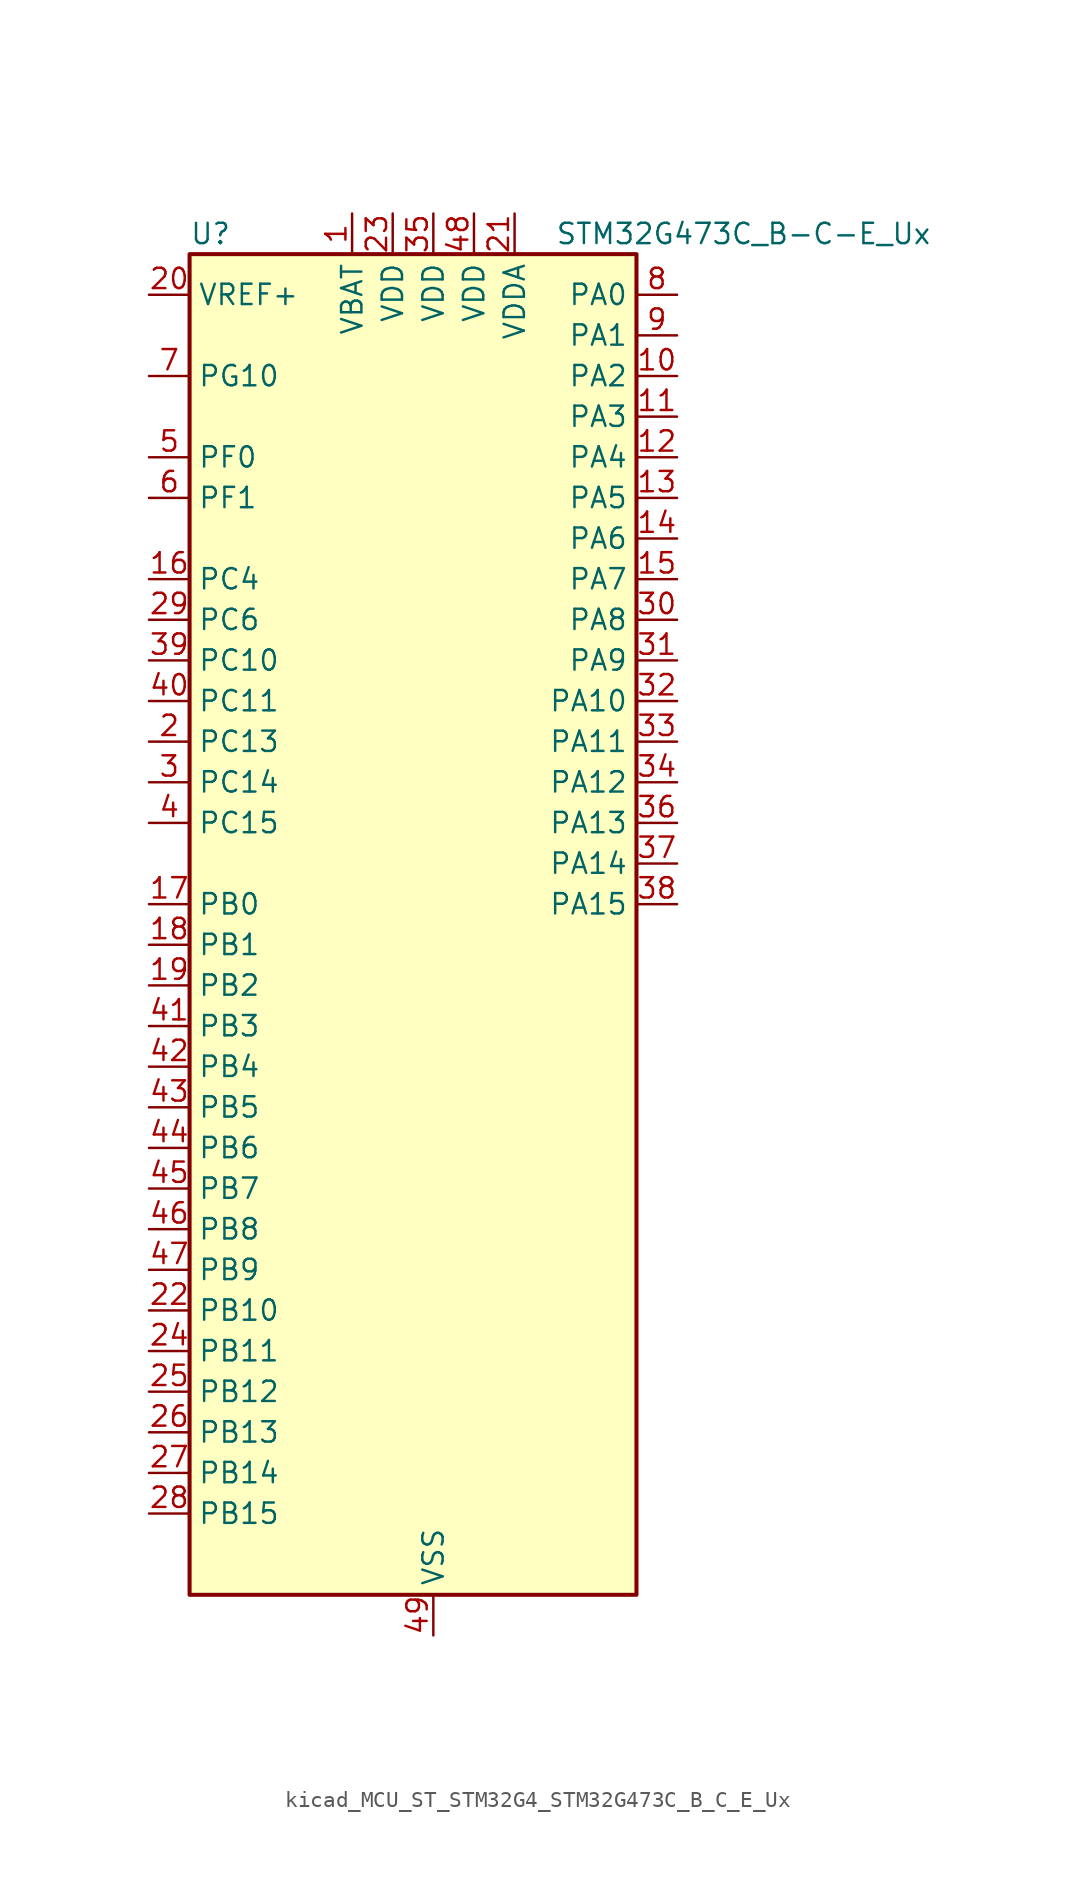
<source format=kicad_sym>
(kicad_symbol_lib
  (version 20220914)
  (generator kicad_symbol_editor)
  (symbol "kicad_MCU_ST_STM32G4_STM32G473C_B_C_E_Ux"
    (property "Reference" "U"
      (at -12.7 44.45 0)
      (effects (font (size 1.27 1.27)) (justify left)))
    (property "Value" "STM32G473C_B-C-E_Ux"
      (at 10.16 44.45 0)
      (effects (font (size 1.27 1.27)) (justify left)))
    (property "ki_locked" ""
      (at 0 0 0)
      (effects (font (size 1.27 1.27))))
    (symbol "kicad_MCU_ST_STM32G4_STM32G473C_B_C_E_Ux_0_1"
      (rectangle (start -12.7 -40.64) (end 15.24 43.18) (stroke (width 0.254) (type default)) (fill (type background))))
    (symbol "kicad_MCU_ST_STM32G4_STM32G473C_B_C_E_Ux_1_1"
      (pin power_in line (at -2.54 45.72 270) (length 2.54) (name "VBAT" (effects (font (size 1.27 1.27)))) (number "1" (effects (font (size 1.27 1.27)))))
      (pin bidirectional line (at 17.78 35.56 180) (length 2.54) (name "PA2" (effects (font (size 1.27 1.27)))) (number "10" (effects (font (size 1.27 1.27)))) (alternate "ADC1_IN3" bidirectional line) (alternate "ADC3_EXTI2" bidirectional line) (alternate "ADC4_EXTI2" bidirectional line) (alternate "ADC5_EXTI2" bidirectional line) (alternate "COMP2_INM" bidirectional line) (alternate "COMP2_OUT" bidirectional line) (alternate "LPUART1_TX" bidirectional line) (alternate "OPAMP1_VOUT" bidirectional line) (alternate "QUADSPI1_BK1_NCS" bidirectional line) (alternate "RCC_LSCO" bidirectional line) (alternate "SYS_WKUP4" bidirectional line) (alternate "TIM15_CH1" bidirectional line) (alternate "TIM2_CH3" bidirectional line) (alternate "TIM5_CH3" bidirectional line) (alternate "UCPD1_FRSTX1" bidirectional line) (alternate "UCPD1_FRSTX2" bidirectional line) (alternate "USART2_TX" bidirectional line))
      (pin bidirectional line (at 17.78 33.02 180) (length 2.54) (name "PA3" (effects (font (size 1.27 1.27)))) (number "11" (effects (font (size 1.27 1.27)))) (alternate "ADC1_IN4" bidirectional line) (alternate "ADC3_EXTI3" bidirectional line) (alternate "ADC4_EXTI3" bidirectional line) (alternate "ADC5_EXTI3" bidirectional line) (alternate "COMP2_INP" bidirectional line) (alternate "LPUART1_RX" bidirectional line) (alternate "OPAMP1_VINM" bidirectional line) (alternate "OPAMP1_VINM0" bidirectional line) (alternate "OPAMP1_VINM_SEC" bidirectional line) (alternate "OPAMP1_VINP" bidirectional line) (alternate "OPAMP1_VINP_SEC" bidirectional line) (alternate "OPAMP5_VINM" bidirectional line) (alternate "OPAMP5_VINM1" bidirectional line) (alternate "OPAMP5_VINM_SEC" bidirectional line) (alternate "QUADSPI1_CLK" bidirectional line) (alternate "SAI1_CK1" bidirectional line) (alternate "SAI1_MCLK_A" bidirectional line) (alternate "TIM15_CH2" bidirectional line) (alternate "TIM2_CH4" bidirectional line) (alternate "TIM5_CH4" bidirectional line) (alternate "USART2_RX" bidirectional line))
      (pin bidirectional line (at 17.78 30.48 180) (length 2.54) (name "PA4" (effects (font (size 1.27 1.27)))) (number "12" (effects (font (size 1.27 1.27)))) (alternate "ADC2_IN17" bidirectional line) (alternate "COMP1_INM" bidirectional line) (alternate "DAC1_OUT1" bidirectional line) (alternate "I2S3_WS" bidirectional line) (alternate "SAI1_FS_B" bidirectional line) (alternate "SPI1_NSS" bidirectional line) (alternate "SPI3_NSS" bidirectional line) (alternate "TIM3_CH2" bidirectional line) (alternate "USART2_CK" bidirectional line))
      (pin bidirectional line (at 17.78 27.94 180) (length 2.54) (name "PA5" (effects (font (size 1.27 1.27)))) (number "13" (effects (font (size 1.27 1.27)))) (alternate "ADC2_IN13" bidirectional line) (alternate "COMP2_INM" bidirectional line) (alternate "DAC1_OUT2" bidirectional line) (alternate "OPAMP2_VINM" bidirectional line) (alternate "OPAMP2_VINM0" bidirectional line) (alternate "OPAMP2_VINM_SEC" bidirectional line) (alternate "SPI1_SCK" bidirectional line) (alternate "TIM2_CH1" bidirectional line) (alternate "TIM2_ETR" bidirectional line) (alternate "UCPD1_FRSTX1" bidirectional line) (alternate "UCPD1_FRSTX2" bidirectional line))
      (pin bidirectional line (at 17.78 25.4 180) (length 2.54) (name "PA6" (effects (font (size 1.27 1.27)))) (number "14" (effects (font (size 1.27 1.27)))) (alternate "ADC2_IN3" bidirectional line) (alternate "COMP1_OUT" bidirectional line) (alternate "DAC2_OUT1" bidirectional line) (alternate "LPUART1_CTS" bidirectional line) (alternate "OPAMP2_VOUT" bidirectional line) (alternate "QUADSPI1_BK1_IO3" bidirectional line) (alternate "SPI1_MISO" bidirectional line) (alternate "TIM16_CH1" bidirectional line) (alternate "TIM1_BKIN" bidirectional line) (alternate "TIM3_CH1" bidirectional line) (alternate "TIM8_BKIN" bidirectional line))
      (pin bidirectional line (at 17.78 22.86 180) (length 2.54) (name "PA7" (effects (font (size 1.27 1.27)))) (number "15" (effects (font (size 1.27 1.27)))) (alternate "ADC2_IN4" bidirectional line) (alternate "COMP2_INP" bidirectional line) (alternate "COMP2_OUT" bidirectional line) (alternate "OPAMP1_VINP" bidirectional line) (alternate "OPAMP1_VINP_SEC" bidirectional line) (alternate "OPAMP2_VINP" bidirectional line) (alternate "OPAMP2_VINP_SEC" bidirectional line) (alternate "QUADSPI1_BK1_IO2" bidirectional line) (alternate "SPI1_MOSI" bidirectional line) (alternate "TIM17_CH1" bidirectional line) (alternate "TIM1_CH1N" bidirectional line) (alternate "TIM3_CH2" bidirectional line) (alternate "TIM8_CH1N" bidirectional line) (alternate "UCPD1_FRSTX1" bidirectional line) (alternate "UCPD1_FRSTX2" bidirectional line))
      (pin bidirectional line (at -15.24 22.86 0) (length 2.54) (name "PC4" (effects (font (size 1.27 1.27)))) (number "16" (effects (font (size 1.27 1.27)))) (alternate "ADC2_IN5" bidirectional line) (alternate "I2C2_SCL" bidirectional line) (alternate "QUADSPI1_BK2_IO3" bidirectional line) (alternate "TIM1_ETR" bidirectional line) (alternate "USART1_TX" bidirectional line))
      (pin bidirectional line (at -15.24 2.54 0) (length 2.54) (name "PB0" (effects (font (size 1.27 1.27)))) (number "17" (effects (font (size 1.27 1.27)))) (alternate "ADC1_IN15" bidirectional line) (alternate "ADC3_IN12" bidirectional line) (alternate "COMP4_INP" bidirectional line) (alternate "OPAMP2_VINP" bidirectional line) (alternate "OPAMP2_VINP_SEC" bidirectional line) (alternate "OPAMP3_VINP" bidirectional line) (alternate "OPAMP3_VINP_SEC" bidirectional line) (alternate "QUADSPI1_BK1_IO1" bidirectional line) (alternate "TIM1_CH2N" bidirectional line) (alternate "TIM3_CH3" bidirectional line) (alternate "TIM8_CH2N" bidirectional line) (alternate "UCPD1_FRSTX1" bidirectional line) (alternate "UCPD1_FRSTX2" bidirectional line))
      (pin bidirectional line (at -15.24 0 0) (length 2.54) (name "PB1" (effects (font (size 1.27 1.27)))) (number "18" (effects (font (size 1.27 1.27)))) (alternate "ADC1_IN12" bidirectional line) (alternate "ADC3_IN1" bidirectional line) (alternate "COMP1_INP" bidirectional line) (alternate "COMP4_OUT" bidirectional line) (alternate "LPUART1_DE" bidirectional line) (alternate "LPUART1_RTS" bidirectional line) (alternate "OPAMP3_VOUT" bidirectional line) (alternate "OPAMP6_VINM" bidirectional line) (alternate "OPAMP6_VINM1" bidirectional line) (alternate "OPAMP6_VINM_SEC" bidirectional line) (alternate "QUADSPI1_BK1_IO0" bidirectional line) (alternate "TIM1_CH3N" bidirectional line) (alternate "TIM3_CH4" bidirectional line) (alternate "TIM8_CH3N" bidirectional line))
      (pin bidirectional line (at -15.24 -2.54 0) (length 2.54) (name "PB2" (effects (font (size 1.27 1.27)))) (number "19" (effects (font (size 1.27 1.27)))) (alternate "ADC2_IN12" bidirectional line) (alternate "ADC3_EXTI2" bidirectional line) (alternate "ADC4_EXTI2" bidirectional line) (alternate "ADC5_EXTI2" bidirectional line) (alternate "COMP4_INM" bidirectional line) (alternate "I2C3_SMBA" bidirectional line) (alternate "LPTIM1_OUT" bidirectional line) (alternate "OPAMP3_VINM" bidirectional line) (alternate "OPAMP3_VINM0" bidirectional line) (alternate "OPAMP3_VINM_SEC" bidirectional line) (alternate "QUADSPI1_BK2_IO1" bidirectional line) (alternate "RTC_OUT2" bidirectional line) (alternate "TIM20_CH1" bidirectional line) (alternate "TIM5_CH1" bidirectional line))
      (pin bidirectional line (at -15.24 12.7 0) (length 2.54) (name "PC13" (effects (font (size 1.27 1.27)))) (number "2" (effects (font (size 1.27 1.27)))) (alternate "RTC_OUT1" bidirectional line) (alternate "RTC_TAMP1" bidirectional line) (alternate "RTC_TS" bidirectional line) (alternate "SYS_WKUP2" bidirectional line) (alternate "TIM1_BKIN" bidirectional line) (alternate "TIM1_CH1N" bidirectional line) (alternate "TIM8_CH4N" bidirectional line))
      (pin input line (at -15.24 40.64 0) (length 2.54) (name "VREF+" (effects (font (size 1.27 1.27)))) (number "20" (effects (font (size 1.27 1.27)))) (alternate "VREFBUF_OUT" bidirectional line))
      (pin power_in line (at 7.62 45.72 270) (length 2.54) (name "VDDA" (effects (font (size 1.27 1.27)))) (number "21" (effects (font (size 1.27 1.27)))))
      (pin bidirectional line (at -15.24 -22.86 0) (length 2.54) (name "PB10" (effects (font (size 1.27 1.27)))) (number "22" (effects (font (size 1.27 1.27)))) (alternate "COMP5_INM" bidirectional line) (alternate "DAC1_EXTI10" bidirectional line) (alternate "DAC2_EXTI10" bidirectional line) (alternate "DAC3_EXTI10" bidirectional line) (alternate "DAC4_EXTI10" bidirectional line) (alternate "LPUART1_RX" bidirectional line) (alternate "OPAMP3_VINM" bidirectional line) (alternate "OPAMP3_VINM1" bidirectional line) (alternate "OPAMP3_VINM_SEC" bidirectional line) (alternate "OPAMP4_VINM" bidirectional line) (alternate "OPAMP4_VINM0" bidirectional line) (alternate "OPAMP4_VINM_SEC" bidirectional line) (alternate "QUADSPI1_CLK" bidirectional line) (alternate "SAI1_SCK_A" bidirectional line) (alternate "TIM1_BKIN" bidirectional line) (alternate "TIM2_CH3" bidirectional line) (alternate "USART3_TX" bidirectional line))
      (pin power_in line (at 0 45.72 270) (length 2.54) (name "VDD" (effects (font (size 1.27 1.27)))) (number "23" (effects (font (size 1.27 1.27)))))
      (pin bidirectional line (at -15.24 -25.4 0) (length 2.54) (name "PB11" (effects (font (size 1.27 1.27)))) (number "24" (effects (font (size 1.27 1.27)))) (alternate "ADC1_EXTI11" bidirectional line) (alternate "ADC1_IN14" bidirectional line) (alternate "ADC2_EXTI11" bidirectional line) (alternate "ADC2_IN14" bidirectional line) (alternate "COMP6_INP" bidirectional line) (alternate "LPUART1_TX" bidirectional line) (alternate "OPAMP4_VINP" bidirectional line) (alternate "OPAMP4_VINP_SEC" bidirectional line) (alternate "OPAMP6_VOUT" bidirectional line) (alternate "QUADSPI1_BK1_NCS" bidirectional line) (alternate "TIM2_CH4" bidirectional line) (alternate "USART3_RX" bidirectional line))
      (pin bidirectional line (at -15.24 -27.94 0) (length 2.54) (name "PB12" (effects (font (size 1.27 1.27)))) (number "25" (effects (font (size 1.27 1.27)))) (alternate "ADC1_IN11" bidirectional line) (alternate "ADC4_IN3" bidirectional line) (alternate "COMP7_INM" bidirectional line) (alternate "FDCAN2_RX" bidirectional line) (alternate "I2C2_SMBA" bidirectional line) (alternate "I2S2_WS" bidirectional line) (alternate "LPUART1_DE" bidirectional line) (alternate "LPUART1_RTS" bidirectional line) (alternate "OPAMP4_VOUT" bidirectional line) (alternate "OPAMP6_VINP" bidirectional line) (alternate "OPAMP6_VINP_SEC" bidirectional line) (alternate "SPI2_NSS" bidirectional line) (alternate "TIM1_BKIN" bidirectional line) (alternate "TIM5_ETR" bidirectional line) (alternate "USART3_CK" bidirectional line))
      (pin bidirectional line (at -15.24 -30.48 0) (length 2.54) (name "PB13" (effects (font (size 1.27 1.27)))) (number "26" (effects (font (size 1.27 1.27)))) (alternate "ADC3_IN5" bidirectional line) (alternate "COMP5_INP" bidirectional line) (alternate "FDCAN2_TX" bidirectional line) (alternate "I2S2_CK" bidirectional line) (alternate "LPUART1_CTS" bidirectional line) (alternate "OPAMP3_VINP" bidirectional line) (alternate "OPAMP3_VINP_SEC" bidirectional line) (alternate "OPAMP4_VINP" bidirectional line) (alternate "OPAMP4_VINP_SEC" bidirectional line) (alternate "OPAMP6_VINP" bidirectional line) (alternate "OPAMP6_VINP_SEC" bidirectional line) (alternate "SPI2_SCK" bidirectional line) (alternate "TIM1_CH1N" bidirectional line) (alternate "USART3_CTS" bidirectional line) (alternate "USART3_NSS" bidirectional line))
      (pin bidirectional line (at -15.24 -33.02 0) (length 2.54) (name "PB14" (effects (font (size 1.27 1.27)))) (number "27" (effects (font (size 1.27 1.27)))) (alternate "ADC1_IN5" bidirectional line) (alternate "ADC4_IN4" bidirectional line) (alternate "COMP4_OUT" bidirectional line) (alternate "COMP7_INP" bidirectional line) (alternate "OPAMP2_VINP" bidirectional line) (alternate "OPAMP2_VINP_SEC" bidirectional line) (alternate "OPAMP5_VINP" bidirectional line) (alternate "OPAMP5_VINP_SEC" bidirectional line) (alternate "SPI2_MISO" bidirectional line) (alternate "TIM15_CH1" bidirectional line) (alternate "TIM1_CH2N" bidirectional line) (alternate "USART3_DE" bidirectional line) (alternate "USART3_RTS" bidirectional line))
      (pin bidirectional line (at -15.24 -35.56 0) (length 2.54) (name "PB15" (effects (font (size 1.27 1.27)))) (number "28" (effects (font (size 1.27 1.27)))) (alternate "ADC1_EXTI15" bidirectional line) (alternate "ADC2_EXTI15" bidirectional line) (alternate "ADC2_IN15" bidirectional line) (alternate "ADC4_IN5" bidirectional line) (alternate "COMP3_OUT" bidirectional line) (alternate "COMP6_INM" bidirectional line) (alternate "I2S2_SD" bidirectional line) (alternate "OPAMP5_VINM" bidirectional line) (alternate "OPAMP5_VINM0" bidirectional line) (alternate "OPAMP5_VINM_SEC" bidirectional line) (alternate "RTC_REFIN" bidirectional line) (alternate "SPI2_MOSI" bidirectional line) (alternate "TIM15_CH1N" bidirectional line) (alternate "TIM15_CH2" bidirectional line) (alternate "TIM1_CH3N" bidirectional line))
      (pin bidirectional line (at -15.24 20.32 0) (length 2.54) (name "PC6" (effects (font (size 1.27 1.27)))) (number "29" (effects (font (size 1.27 1.27)))) (alternate "COMP6_OUT" bidirectional line) (alternate "I2C4_SCL" bidirectional line) (alternate "I2S2_MCK" bidirectional line) (alternate "TIM3_CH1" bidirectional line) (alternate "TIM8_CH1" bidirectional line))
      (pin bidirectional line (at -15.24 10.16 0) (length 2.54) (name "PC14" (effects (font (size 1.27 1.27)))) (number "3" (effects (font (size 1.27 1.27)))) (alternate "RCC_OSC32_IN" bidirectional line))
      (pin bidirectional line (at 17.78 20.32 180) (length 2.54) (name "PA8" (effects (font (size 1.27 1.27)))) (number "30" (effects (font (size 1.27 1.27)))) (alternate "ADC5_IN1" bidirectional line) (alternate "COMP7_OUT" bidirectional line) (alternate "FDCAN3_RX" bidirectional line) (alternate "I2C2_SDA" bidirectional line) (alternate "I2C3_SCL" bidirectional line) (alternate "I2S2_MCK" bidirectional line) (alternate "OPAMP5_VOUT" bidirectional line) (alternate "RCC_MCO" bidirectional line) (alternate "SAI1_CK2" bidirectional line) (alternate "SAI1_SCK_A" bidirectional line) (alternate "TIM1_CH1" bidirectional line) (alternate "TIM4_ETR" bidirectional line) (alternate "USART1_CK" bidirectional line))
      (pin bidirectional line (at 17.78 17.78 180) (length 2.54) (name "PA9" (effects (font (size 1.27 1.27)))) (number "31" (effects (font (size 1.27 1.27)))) (alternate "ADC5_IN2" bidirectional line) (alternate "COMP5_OUT" bidirectional line) (alternate "DAC1_EXTI9" bidirectional line) (alternate "DAC2_EXTI9" bidirectional line) (alternate "DAC3_EXTI9" bidirectional line) (alternate "DAC4_EXTI9" bidirectional line) (alternate "I2C2_SCL" bidirectional line) (alternate "I2C3_SMBA" bidirectional line) (alternate "I2S3_MCK" bidirectional line) (alternate "SAI1_FS_A" bidirectional line) (alternate "TIM15_BKIN" bidirectional line) (alternate "TIM1_CH2" bidirectional line) (alternate "TIM2_CH3" bidirectional line) (alternate "UCPD1_DBCC1" bidirectional line) (alternate "USART1_TX" bidirectional line))
      (pin bidirectional line (at 17.78 15.24 180) (length 2.54) (name "PA10" (effects (font (size 1.27 1.27)))) (number "32" (effects (font (size 1.27 1.27)))) (alternate "COMP6_OUT" bidirectional line) (alternate "CRS_SYNC" bidirectional line) (alternate "DAC1_EXTI10" bidirectional line) (alternate "DAC2_EXTI10" bidirectional line) (alternate "DAC3_EXTI10" bidirectional line) (alternate "DAC4_EXTI10" bidirectional line) (alternate "I2C2_SMBA" bidirectional line) (alternate "SAI1_D1" bidirectional line) (alternate "SAI1_SD_A" bidirectional line) (alternate "SPI2_MISO" bidirectional line) (alternate "TIM17_BKIN" bidirectional line) (alternate "TIM1_CH3" bidirectional line) (alternate "TIM2_CH4" bidirectional line) (alternate "TIM8_BKIN" bidirectional line) (alternate "UCPD1_DBCC2" bidirectional line) (alternate "USART1_RX" bidirectional line))
      (pin bidirectional line (at 17.78 12.7 180) (length 2.54) (name "PA11" (effects (font (size 1.27 1.27)))) (number "33" (effects (font (size 1.27 1.27)))) (alternate "ADC1_EXTI11" bidirectional line) (alternate "ADC2_EXTI11" bidirectional line) (alternate "COMP1_OUT" bidirectional line) (alternate "FDCAN1_RX" bidirectional line) (alternate "I2S2_SD" bidirectional line) (alternate "SPI2_MOSI" bidirectional line) (alternate "TIM1_BKIN2" bidirectional line) (alternate "TIM1_CH1N" bidirectional line) (alternate "TIM1_CH4" bidirectional line) (alternate "TIM4_CH1" bidirectional line) (alternate "USART1_CTS" bidirectional line) (alternate "USART1_NSS" bidirectional line) (alternate "USB_DM" bidirectional line))
      (pin bidirectional line (at 17.78 10.16 180) (length 2.54) (name "PA12" (effects (font (size 1.27 1.27)))) (number "34" (effects (font (size 1.27 1.27)))) (alternate "COMP2_OUT" bidirectional line) (alternate "FDCAN1_TX" bidirectional line) (alternate "I2S_CKIN" bidirectional line) (alternate "TIM16_CH1" bidirectional line) (alternate "TIM1_CH2N" bidirectional line) (alternate "TIM1_ETR" bidirectional line) (alternate "TIM4_CH2" bidirectional line) (alternate "USART1_DE" bidirectional line) (alternate "USART1_RTS" bidirectional line) (alternate "USB_DP" bidirectional line))
      (pin power_in line (at 2.54 45.72 270) (length 2.54) (name "VDD" (effects (font (size 1.27 1.27)))) (number "35" (effects (font (size 1.27 1.27)))))
      (pin bidirectional line (at 17.78 7.62 180) (length 2.54) (name "PA13" (effects (font (size 1.27 1.27)))) (number "36" (effects (font (size 1.27 1.27)))) (alternate "I2C1_SCL" bidirectional line) (alternate "I2C4_SCL" bidirectional line) (alternate "IR_OUT" bidirectional line) (alternate "SAI1_SD_B" bidirectional line) (alternate "SYS_JTMS-SWDIO" bidirectional line) (alternate "TIM16_CH1N" bidirectional line) (alternate "TIM4_CH3" bidirectional line) (alternate "USART3_CTS" bidirectional line) (alternate "USART3_NSS" bidirectional line))
      (pin bidirectional line (at 17.78 5.08 180) (length 2.54) (name "PA14" (effects (font (size 1.27 1.27)))) (number "37" (effects (font (size 1.27 1.27)))) (alternate "I2C1_SDA" bidirectional line) (alternate "I2C4_SMBA" bidirectional line) (alternate "LPTIM1_OUT" bidirectional line) (alternate "SAI1_FS_B" bidirectional line) (alternate "SYS_JTCK-SWCLK" bidirectional line) (alternate "TIM1_BKIN" bidirectional line) (alternate "TIM8_CH2" bidirectional line) (alternate "USART2_TX" bidirectional line))
      (pin bidirectional line (at 17.78 2.54 180) (length 2.54) (name "PA15" (effects (font (size 1.27 1.27)))) (number "38" (effects (font (size 1.27 1.27)))) (alternate "ADC1_EXTI15" bidirectional line) (alternate "ADC2_EXTI15" bidirectional line) (alternate "FDCAN3_TX" bidirectional line) (alternate "I2C1_SCL" bidirectional line) (alternate "I2S3_WS" bidirectional line) (alternate "SPI1_NSS" bidirectional line) (alternate "SPI3_NSS" bidirectional line) (alternate "SYS_JTDI" bidirectional line) (alternate "TIM1_BKIN" bidirectional line) (alternate "TIM2_CH1" bidirectional line) (alternate "TIM2_ETR" bidirectional line) (alternate "TIM8_CH1" bidirectional line) (alternate "UART4_DE" bidirectional line) (alternate "UART4_RTS" bidirectional line) (alternate "USART2_RX" bidirectional line))
      (pin bidirectional line (at -15.24 17.78 0) (length 2.54) (name "PC10" (effects (font (size 1.27 1.27)))) (number "39" (effects (font (size 1.27 1.27)))) (alternate "DAC1_EXTI10" bidirectional line) (alternate "DAC2_EXTI10" bidirectional line) (alternate "DAC3_EXTI10" bidirectional line) (alternate "DAC4_EXTI10" bidirectional line) (alternate "I2S3_CK" bidirectional line) (alternate "SPI3_SCK" bidirectional line) (alternate "TIM8_CH1N" bidirectional line) (alternate "UART4_TX" bidirectional line) (alternate "USART3_TX" bidirectional line))
      (pin bidirectional line (at -15.24 7.62 0) (length 2.54) (name "PC15" (effects (font (size 1.27 1.27)))) (number "4" (effects (font (size 1.27 1.27)))) (alternate "ADC1_EXTI15" bidirectional line) (alternate "ADC2_EXTI15" bidirectional line) (alternate "RCC_OSC32_OUT" bidirectional line))
      (pin bidirectional line (at -15.24 15.24 0) (length 2.54) (name "PC11" (effects (font (size 1.27 1.27)))) (number "40" (effects (font (size 1.27 1.27)))) (alternate "ADC1_EXTI11" bidirectional line) (alternate "ADC2_EXTI11" bidirectional line) (alternate "I2C3_SDA" bidirectional line) (alternate "SPI3_MISO" bidirectional line) (alternate "TIM8_CH2N" bidirectional line) (alternate "UART4_RX" bidirectional line) (alternate "USART3_RX" bidirectional line))
      (pin bidirectional line (at -15.24 -5.08 0) (length 2.54) (name "PB3" (effects (font (size 1.27 1.27)))) (number "41" (effects (font (size 1.27 1.27)))) (alternate "ADC3_EXTI3" bidirectional line) (alternate "ADC4_EXTI3" bidirectional line) (alternate "ADC5_EXTI3" bidirectional line) (alternate "CRS_SYNC" bidirectional line) (alternate "FDCAN3_RX" bidirectional line) (alternate "I2S3_CK" bidirectional line) (alternate "SAI1_SCK_B" bidirectional line) (alternate "SPI1_SCK" bidirectional line) (alternate "SPI3_SCK" bidirectional line) (alternate "SYS_JTDO-SWO" bidirectional line) (alternate "TIM2_CH2" bidirectional line) (alternate "TIM3_ETR" bidirectional line) (alternate "TIM4_ETR" bidirectional line) (alternate "TIM8_CH1N" bidirectional line) (alternate "USART2_TX" bidirectional line))
      (pin bidirectional line (at -15.24 -7.62 0) (length 2.54) (name "PB4" (effects (font (size 1.27 1.27)))) (number "42" (effects (font (size 1.27 1.27)))) (alternate "FDCAN3_TX" bidirectional line) (alternate "SAI1_MCLK_B" bidirectional line) (alternate "SPI1_MISO" bidirectional line) (alternate "SPI3_MISO" bidirectional line) (alternate "SYS_JTRST" bidirectional line) (alternate "TIM16_CH1" bidirectional line) (alternate "TIM17_BKIN" bidirectional line) (alternate "TIM3_CH1" bidirectional line) (alternate "TIM8_CH2N" bidirectional line) (alternate "UCPD1_CC2" bidirectional line) (alternate "USART2_RX" bidirectional line))
      (pin bidirectional line (at -15.24 -10.16 0) (length 2.54) (name "PB5" (effects (font (size 1.27 1.27)))) (number "43" (effects (font (size 1.27 1.27)))) (alternate "FDCAN2_RX" bidirectional line) (alternate "I2C1_SMBA" bidirectional line) (alternate "I2C3_SDA" bidirectional line) (alternate "I2S3_SD" bidirectional line) (alternate "LPTIM1_IN1" bidirectional line) (alternate "SAI1_SD_B" bidirectional line) (alternate "SPI1_MOSI" bidirectional line) (alternate "SPI3_MOSI" bidirectional line) (alternate "TIM16_BKIN" bidirectional line) (alternate "TIM17_CH1" bidirectional line) (alternate "TIM3_CH2" bidirectional line) (alternate "TIM8_CH3N" bidirectional line) (alternate "USART2_CK" bidirectional line))
      (pin bidirectional line (at -15.24 -12.7 0) (length 2.54) (name "PB6" (effects (font (size 1.27 1.27)))) (number "44" (effects (font (size 1.27 1.27)))) (alternate "COMP4_OUT" bidirectional line) (alternate "FDCAN2_TX" bidirectional line) (alternate "LPTIM1_ETR" bidirectional line) (alternate "SAI1_FS_B" bidirectional line) (alternate "TIM16_CH1N" bidirectional line) (alternate "TIM4_CH1" bidirectional line) (alternate "TIM8_BKIN2" bidirectional line) (alternate "TIM8_CH1" bidirectional line) (alternate "TIM8_ETR" bidirectional line) (alternate "UCPD1_CC1" bidirectional line) (alternate "USART1_TX" bidirectional line))
      (pin bidirectional line (at -15.24 -15.24 0) (length 2.54) (name "PB7" (effects (font (size 1.27 1.27)))) (number "45" (effects (font (size 1.27 1.27)))) (alternate "COMP3_OUT" bidirectional line) (alternate "I2C1_SDA" bidirectional line) (alternate "I2C4_SDA" bidirectional line) (alternate "LPTIM1_IN2" bidirectional line) (alternate "SYS_PVD_IN" bidirectional line) (alternate "TIM17_CH1N" bidirectional line) (alternate "TIM3_CH4" bidirectional line) (alternate "TIM4_CH2" bidirectional line) (alternate "TIM8_BKIN" bidirectional line) (alternate "UART4_CTS" bidirectional line) (alternate "USART1_RX" bidirectional line))
      (pin bidirectional line (at -15.24 -17.78 0) (length 2.54) (name "PB8" (effects (font (size 1.27 1.27)))) (number "46" (effects (font (size 1.27 1.27)))) (alternate "COMP1_OUT" bidirectional line) (alternate "FDCAN1_RX" bidirectional line) (alternate "I2C1_SCL" bidirectional line) (alternate "SAI1_CK1" bidirectional line) (alternate "SAI1_MCLK_A" bidirectional line) (alternate "TIM16_CH1" bidirectional line) (alternate "TIM1_BKIN" bidirectional line) (alternate "TIM4_CH3" bidirectional line) (alternate "TIM8_CH2" bidirectional line) (alternate "USART3_RX" bidirectional line))
      (pin bidirectional line (at -15.24 -20.32 0) (length 2.54) (name "PB9" (effects (font (size 1.27 1.27)))) (number "47" (effects (font (size 1.27 1.27)))) (alternate "COMP2_OUT" bidirectional line) (alternate "DAC1_EXTI9" bidirectional line) (alternate "DAC2_EXTI9" bidirectional line) (alternate "DAC3_EXTI9" bidirectional line) (alternate "DAC4_EXTI9" bidirectional line) (alternate "FDCAN1_TX" bidirectional line) (alternate "I2C1_SDA" bidirectional line) (alternate "IR_OUT" bidirectional line) (alternate "SAI1_D2" bidirectional line) (alternate "SAI1_FS_A" bidirectional line) (alternate "TIM17_CH1" bidirectional line) (alternate "TIM1_CH3N" bidirectional line) (alternate "TIM4_CH4" bidirectional line) (alternate "TIM8_CH3" bidirectional line) (alternate "USART3_TX" bidirectional line))
      (pin power_in line (at 5.08 45.72 270) (length 2.54) (name "VDD" (effects (font (size 1.27 1.27)))) (number "48" (effects (font (size 1.27 1.27)))))
      (pin power_in line (at 2.54 -43.18 90) (length 2.54) (name "VSS" (effects (font (size 1.27 1.27)))) (number "49" (effects (font (size 1.27 1.27)))))
      (pin bidirectional line (at -15.24 30.48 0) (length 2.54) (name "PF0" (effects (font (size 1.27 1.27)))) (number "5" (effects (font (size 1.27 1.27)))) (alternate "ADC1_IN10" bidirectional line) (alternate "I2C2_SDA" bidirectional line) (alternate "I2S2_WS" bidirectional line) (alternate "RCC_OSC_IN" bidirectional line) (alternate "SPI2_NSS" bidirectional line) (alternate "TIM1_CH3N" bidirectional line))
      (pin bidirectional line (at -15.24 27.94 0) (length 2.54) (name "PF1" (effects (font (size 1.27 1.27)))) (number "6" (effects (font (size 1.27 1.27)))) (alternate "ADC2_IN10" bidirectional line) (alternate "COMP3_INM" bidirectional line) (alternate "I2S2_CK" bidirectional line) (alternate "RCC_OSC_OUT" bidirectional line) (alternate "SPI2_SCK" bidirectional line))
      (pin bidirectional line (at -15.24 35.56 0) (length 2.54) (name "PG10" (effects (font (size 1.27 1.27)))) (number "7" (effects (font (size 1.27 1.27)))) (alternate "DAC1_EXTI10" bidirectional line) (alternate "DAC2_EXTI10" bidirectional line) (alternate "DAC3_EXTI10" bidirectional line) (alternate "DAC4_EXTI10" bidirectional line) (alternate "RCC_MCO" bidirectional line))
      (pin bidirectional line (at 17.78 40.64 180) (length 2.54) (name "PA0" (effects (font (size 1.27 1.27)))) (number "8" (effects (font (size 1.27 1.27)))) (alternate "ADC1_IN1" bidirectional line) (alternate "ADC2_IN1" bidirectional line) (alternate "COMP1_INM" bidirectional line) (alternate "COMP1_OUT" bidirectional line) (alternate "COMP3_INP" bidirectional line) (alternate "RTC_TAMP2" bidirectional line) (alternate "SYS_WKUP1" bidirectional line) (alternate "TIM2_CH1" bidirectional line) (alternate "TIM2_ETR" bidirectional line) (alternate "TIM5_CH1" bidirectional line) (alternate "TIM8_BKIN" bidirectional line) (alternate "TIM8_ETR" bidirectional line) (alternate "USART2_CTS" bidirectional line) (alternate "USART2_NSS" bidirectional line))
      (pin bidirectional line (at 17.78 38.1 180) (length 2.54) (name "PA1" (effects (font (size 1.27 1.27)))) (number "9" (effects (font (size 1.27 1.27)))) (alternate "ADC1_IN2" bidirectional line) (alternate "ADC2_IN2" bidirectional line) (alternate "COMP1_INP" bidirectional line) (alternate "OPAMP1_VINP" bidirectional line) (alternate "OPAMP1_VINP_SEC" bidirectional line) (alternate "OPAMP3_VINP" bidirectional line) (alternate "OPAMP3_VINP_SEC" bidirectional line) (alternate "OPAMP6_VINM" bidirectional line) (alternate "OPAMP6_VINM0" bidirectional line) (alternate "OPAMP6_VINM_SEC" bidirectional line) (alternate "RTC_REFIN" bidirectional line) (alternate "TIM15_CH1N" bidirectional line) (alternate "TIM2_CH2" bidirectional line) (alternate "TIM5_CH2" bidirectional line) (alternate "USART2_DE" bidirectional line) (alternate "USART2_RTS" bidirectional line)))))
</source>
